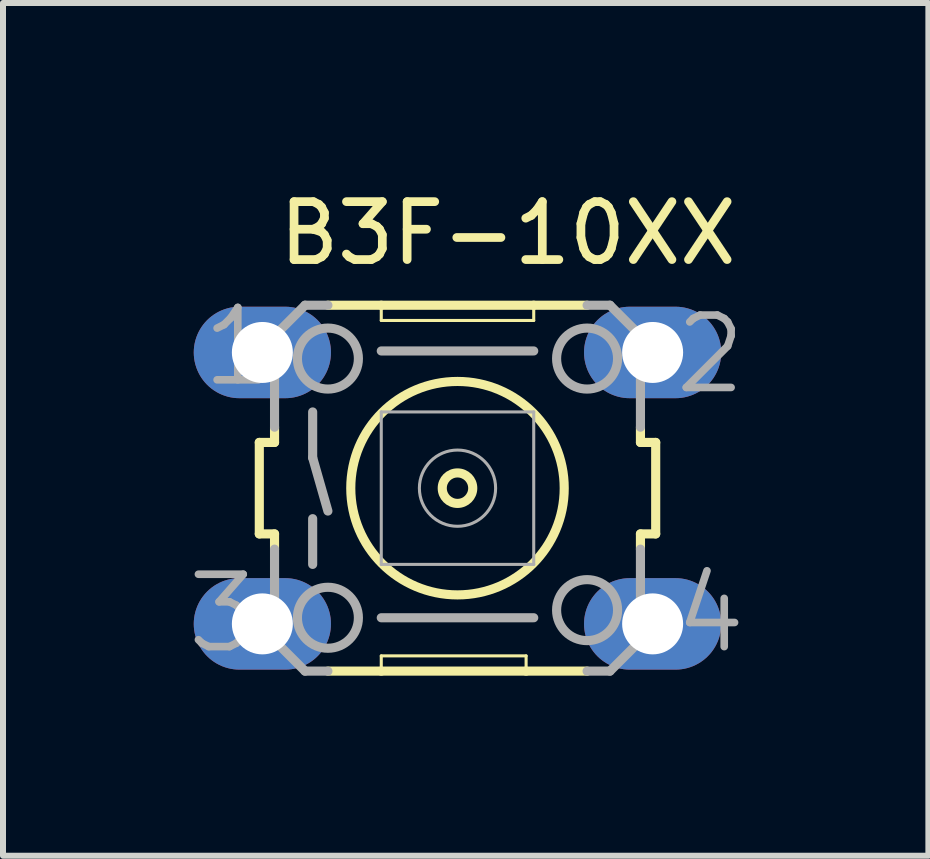
<source format=kicad_pcb>
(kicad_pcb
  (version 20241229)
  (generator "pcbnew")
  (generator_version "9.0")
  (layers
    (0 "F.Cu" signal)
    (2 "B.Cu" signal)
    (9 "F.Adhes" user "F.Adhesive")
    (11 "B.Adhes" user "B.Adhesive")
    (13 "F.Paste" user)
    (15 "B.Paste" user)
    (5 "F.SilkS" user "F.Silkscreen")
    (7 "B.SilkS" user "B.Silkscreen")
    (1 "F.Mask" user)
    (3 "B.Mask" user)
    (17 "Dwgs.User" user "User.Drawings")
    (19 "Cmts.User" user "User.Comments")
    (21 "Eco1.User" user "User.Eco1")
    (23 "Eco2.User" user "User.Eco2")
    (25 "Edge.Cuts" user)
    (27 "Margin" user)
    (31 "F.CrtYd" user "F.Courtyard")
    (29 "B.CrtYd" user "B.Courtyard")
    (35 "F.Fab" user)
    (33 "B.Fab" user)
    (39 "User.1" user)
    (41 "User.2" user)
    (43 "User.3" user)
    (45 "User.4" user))
  (footprint "B3F-10XX"
    (layer "F.Cu")
    (at 4.572 5.083)
    (property "Reference" "B3F-10XX" (at -3.048 -3.683 180) (layer "F.SilkS") (effects (font (size 0.965 0.965) (thickness 0.145)) (justify left bottom)))
    (attr through_hole)
    (fp_line (start -3.302 -0.762) (end -3.302 0.762) (stroke (width 0.152) (type solid)) (layer "F.SilkS"))
    (fp_line (start -3.302 -0.762) (end -3.048 -0.762) (stroke (width 0.152) (type solid)) (layer "F.SilkS"))
    (fp_line (start -3.048 -0.762) (end -3.048 -1.016) (stroke (width 0.152) (type solid)) (layer "F.SilkS"))
    (fp_line (start -3.048 0.762) (end -3.302 0.762) (stroke (width 0.152) (type solid)) (layer "F.SilkS"))
    (fp_line (start -3.048 0.762) (end -3.048 1.016) (stroke (width 0.152) (type solid)) (layer "F.SilkS"))
    (fp_line (start -2.159 3.048) (end -1.27 3.048) (stroke (width 0.152) (type solid)) (layer "F.SilkS"))
    (fp_line (start -1.27 -3.048) (end -2.159 -3.048) (stroke (width 0.152) (type solid)) (layer "F.SilkS"))
    (fp_line (start -1.27 -3.048) (end -1.27 -2.794) (stroke (width 0.051) (type solid)) (layer "F.SilkS"))
    (fp_line (start -1.27 2.794) (end -1.27 3.048) (stroke (width 0.051) (type solid)) (layer "F.SilkS"))
    (fp_line (start -1.27 3.048) (end 1.143 3.048) (stroke (width 0.152) (type solid)) (layer "F.SilkS"))
    (fp_line (start 1.143 2.794) (end -1.27 2.794) (stroke (width 0.051) (type solid)) (layer "F.SilkS"))
    (fp_line (start 1.143 2.794) (end 1.143 3.048) (stroke (width 0.051) (type solid)) (layer "F.SilkS"))
    (fp_line (start 1.143 3.048) (end 2.159 3.048) (stroke (width 0.152) (type solid)) (layer "F.SilkS"))
    (fp_line (start 1.27 -3.048) (end -1.27 -3.048) (stroke (width 0.152) (type solid)) (layer "F.SilkS"))
    (fp_line (start 1.27 -2.794) (end -1.27 -2.794) (stroke (width 0.051) (type solid)) (layer "F.SilkS"))
    (fp_line (start 1.27 -2.794) (end 1.27 -3.048) (stroke (width 0.051) (type solid)) (layer "F.SilkS"))
    (fp_line (start 2.159 -3.048) (end 1.27 -3.048) (stroke (width 0.152) (type solid)) (layer "F.SilkS"))
    (fp_line (start 3.048 -0.762) (end 3.048 -1.016) (stroke (width 0.152) (type solid)) (layer "F.SilkS"))
    (fp_line (start 3.048 -0.762) (end 3.302 -0.762) (stroke (width 0.152) (type solid)) (layer "F.SilkS"))
    (fp_line (start 3.048 0.762) (end 3.048 1.016) (stroke (width 0.152) (type solid)) (layer "F.SilkS"))
    (fp_line (start 3.302 0.762) (end 3.048 0.762) (stroke (width 0.152) (type solid)) (layer "F.SilkS"))
    (fp_line (start 3.302 0.762) (end 3.302 -0.762) (stroke (width 0.152) (type solid)) (layer "F.SilkS"))
    (fp_circle (center 0 0) (end 0.254 0) (stroke (width 0.152) (type solid)) (fill no) (layer "F.SilkS"))
    (fp_circle (center 0 0) (end 1.778 0) (stroke (width 0.152) (type solid)) (fill no) (layer "F.SilkS"))
    (fp_line (start -3.048 -2.54) (end -3.048 -1.016) (stroke (width 0.152) (type solid)) (layer "F.Fab"))
    (fp_line (start -3.048 2.54) (end -3.048 1.016) (stroke (width 0.152) (type solid)) (layer "F.Fab"))
    (fp_line (start -2.54 -3.048) (end -3.048 -2.54) (stroke (width 0.152) (type solid)) (layer "F.Fab"))
    (fp_line (start -2.54 -3.048) (end -2.159 -3.048) (stroke (width 0.152) (type solid)) (layer "F.Fab"))
    (fp_line (start -2.54 3.048) (end -3.048 2.54) (stroke (width 0.152) (type solid)) (layer "F.Fab"))
    (fp_line (start -2.54 3.048) (end -2.159 3.048) (stroke (width 0.152) (type solid)) (layer "F.Fab"))
    (fp_line (start -2.413 -1.27) (end -2.413 -0.508) (stroke (width 0.152) (type solid)) (layer "F.Fab"))
    (fp_line (start -2.413 -0.508) (end -2.159 0.381) (stroke (width 0.152) (type solid)) (layer "F.Fab"))
    (fp_line (start -2.413 0.508) (end -2.413 1.27) (stroke (width 0.152) (type solid)) (layer "F.Fab"))
    (fp_line (start -1.27 -1.27) (end -1.27 1.27) (stroke (width 0.051) (type solid)) (layer "F.Fab"))
    (fp_line (start -1.27 -1.27) (end 1.27 -1.27) (stroke (width 0.051) (type solid)) (layer "F.Fab"))
    (fp_line (start -1.27 2.159) (end 1.27 2.159) (stroke (width 0.152) (type solid)) (layer "F.Fab"))
    (fp_line (start 1.27 -2.286) (end -1.27 -2.286) (stroke (width 0.152) (type solid)) (layer "F.Fab"))
    (fp_line (start 1.27 1.27) (end -1.27 1.27) (stroke (width 0.051) (type solid)) (layer "F.Fab"))
    (fp_line (start 1.27 1.27) (end 1.27 -1.27) (stroke (width 0.051) (type solid)) (layer "F.Fab"))
    (fp_line (start 2.54 -3.048) (end 2.159 -3.048) (stroke (width 0.152) (type solid)) (layer "F.Fab"))
    (fp_line (start 2.54 3.048) (end 2.159 3.048) (stroke (width 0.152) (type solid)) (layer "F.Fab"))
    (fp_line (start 2.54 3.048) (end 3.048 2.54) (stroke (width 0.152) (type solid)) (layer "F.Fab"))
    (fp_line (start 3.048 -2.54) (end 2.54 -3.048) (stroke (width 0.152) (type solid)) (layer "F.Fab"))
    (fp_line (start 3.048 -1.016) (end 3.048 -2.54) (stroke (width 0.152) (type solid)) (layer "F.Fab"))
    (fp_line (start 3.048 2.54) (end 3.048 1.016) (stroke (width 0.152) (type solid)) (layer "F.Fab"))
    (fp_circle (center -2.159 -2.159) (end -1.651 -2.159) (stroke (width 0.152) (type solid)) (fill no) (layer "F.Fab"))
    (fp_circle (center -2.159 2.159) (end -1.651 2.159) (stroke (width 0.152) (type solid)) (fill no) (layer "F.Fab"))
    (fp_circle (center 0 0) (end 0.635 0) (stroke (width 0.051) (type solid)) (fill no) (layer "F.Fab"))
    (fp_circle (center 2.159 -2.159) (end 2.667 -2.159) (stroke (width 0.152) (type solid)) (fill no) (layer "F.Fab"))
    (fp_circle (center 2.159 2.032) (end 2.667 2.032) (stroke (width 0.152) (type solid)) (fill no) (layer "F.Fab"))
    (fp_text user "1" (at -4.318 -1.651 0) (layer "F.Fab") (effects (font (size 1.206 1.206) (thickness 0.127)) (justify left bottom)))
    (fp_text user "2" (at 3.556 -1.524 0) (layer "F.Fab") (effects (font (size 1.206 1.206) (thickness 0.127)) (justify left bottom)))
    (fp_text user "3" (at -4.572 2.794 0) (layer "F.Fab") (effects (font (size 1.206 1.206) (thickness 0.127)) (justify left bottom)))
    (fp_text user "4" (at 3.556 2.794 0) (layer "F.Fab") (effects (font (size 1.206 1.206) (thickness 0.127)) (justify left bottom)))
    (pad "1" thru_hole oval (at -3.251 -2.261) (size 2.286 1.524) (drill 1.016) (layers "*.Cu" "*.Mask"))
    (pad "2" thru_hole oval (at 3.251 -2.261) (size 2.286 1.524) (drill 1.016) (layers "*.Cu" "*.Mask"))
    (pad "3" thru_hole oval (at -3.251 2.261) (size 2.286 1.524) (drill 1.016) (layers "*.Cu" "*.Mask"))
    (pad "4" thru_hole oval (at 3.251 2.261) (size 2.286 1.524) (drill 1.016) (layers "*.Cu" "*.Mask")))
  (gr_rect
    (start -3 -3)
    (end 12.417 11.207)
    (stroke (width 0.1) (type default))
    (fill no)
    (layer "Edge.Cuts")))
</source>
